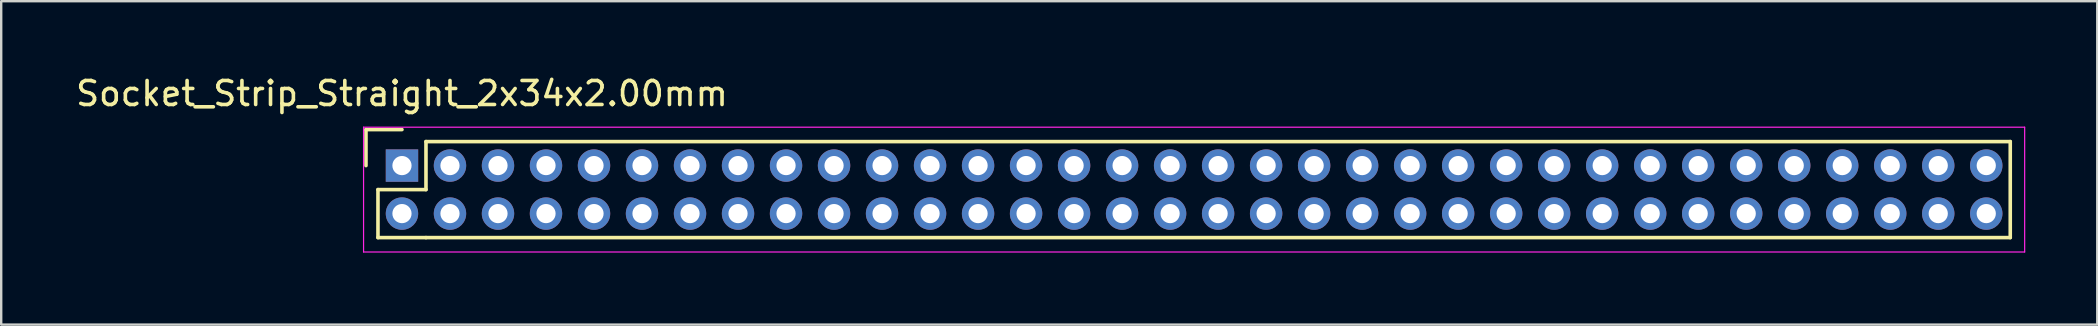
<source format=kicad_pcb>
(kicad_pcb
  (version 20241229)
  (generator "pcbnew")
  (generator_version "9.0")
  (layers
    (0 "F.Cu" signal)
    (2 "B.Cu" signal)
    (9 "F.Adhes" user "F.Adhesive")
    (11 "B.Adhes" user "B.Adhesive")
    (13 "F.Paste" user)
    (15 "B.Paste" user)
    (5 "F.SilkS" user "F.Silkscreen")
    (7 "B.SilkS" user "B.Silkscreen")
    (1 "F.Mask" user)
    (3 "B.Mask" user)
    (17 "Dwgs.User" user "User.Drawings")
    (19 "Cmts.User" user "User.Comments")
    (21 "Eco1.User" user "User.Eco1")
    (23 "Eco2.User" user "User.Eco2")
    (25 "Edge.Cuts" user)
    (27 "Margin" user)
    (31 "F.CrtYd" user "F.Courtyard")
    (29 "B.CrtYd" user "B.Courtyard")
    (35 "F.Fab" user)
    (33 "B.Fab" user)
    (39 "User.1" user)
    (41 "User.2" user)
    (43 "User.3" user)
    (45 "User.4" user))
  (footprint "Socket_Strip_Straight_2x34x2.00mm"
    (layer "F.Cu")
    (at 13.696 3.848)
    (property "Reference" "Socket_Strip_Straight_2x34x2.00mm" (at 0 -3 0) (layer "F.SilkS") (effects (font (size 1 1) (thickness 0.15))))
    (attr through_hole)
    (fp_line (start -1.5 -1.5) (end -1.5 0) (stroke (width 0.15) (type solid)) (layer "F.SilkS"))
    (fp_line (start -1 1) (end -1 3) (stroke (width 0.15) (type solid)) (layer "F.SilkS"))
    (fp_line (start -1 3) (end 1 3) (stroke (width 0.15) (type solid)) (layer "F.SilkS"))
    (fp_line (start 0 -1.5) (end -1.5 -1.5) (stroke (width 0.15) (type solid)) (layer "F.SilkS"))
    (fp_line (start 1 -1) (end 1 1) (stroke (width 0.15) (type solid)) (layer "F.SilkS"))
    (fp_line (start 1 1) (end -1 1) (stroke (width 0.15) (type solid)) (layer "F.SilkS"))
    (fp_line (start 1 3) (end 67 3) (stroke (width 0.15) (type solid)) (layer "F.SilkS"))
    (fp_line (start 67 -1) (end 1 -1) (stroke (width 0.15) (type solid)) (layer "F.SilkS"))
    (fp_line (start 67 3) (end 67 -1) (stroke (width 0.15) (type solid)) (layer "F.SilkS"))
    (fp_line (start -1.6 -1.6) (end -1.6 3.6) (stroke (width 0.05) (type solid)) (layer "F.CrtYd"))
    (fp_line (start -1.6 3.6) (end 67.6 3.6) (stroke (width 0.05) (type solid)) (layer "F.CrtYd"))
    (fp_line (start 67.6 -1.6) (end -1.6 -1.6) (stroke (width 0.05) (type solid)) (layer "F.CrtYd"))
    (fp_line (start 67.6 3.6) (end 67.6 -1.6) (stroke (width 0.05) (type solid)) (layer "F.CrtYd"))
    (pad "1" thru_hole rect (at 0 0) (size 1.35 1.35) (drill 0.8) (layers "*.Cu" "*.Mask"))
    (pad "2" thru_hole circle (at 0 2) (size 1.35 1.35) (drill 0.8) (layers "*.Cu" "*.Mask"))
    (pad "3" thru_hole circle (at 2 0) (size 1.35 1.35) (drill 0.8) (layers "*.Cu" "*.Mask"))
    (pad "4" thru_hole circle (at 2 2) (size 1.35 1.35) (drill 0.8) (layers "*.Cu" "*.Mask"))
    (pad "5" thru_hole circle (at 4 0) (size 1.35 1.35) (drill 0.8) (layers "*.Cu" "*.Mask"))
    (pad "6" thru_hole circle (at 4 2) (size 1.35 1.35) (drill 0.8) (layers "*.Cu" "*.Mask"))
    (pad "7" thru_hole circle (at 6 0) (size 1.35 1.35) (drill 0.8) (layers "*.Cu" "*.Mask"))
    (pad "8" thru_hole circle (at 6 2) (size 1.35 1.35) (drill 0.8) (layers "*.Cu" "*.Mask"))
    (pad "9" thru_hole circle (at 8 0) (size 1.35 1.35) (drill 0.8) (layers "*.Cu" "*.Mask"))
    (pad "10" thru_hole circle (at 8 2) (size 1.35 1.35) (drill 0.8) (layers "*.Cu" "*.Mask"))
    (pad "11" thru_hole circle (at 10 0) (size 1.35 1.35) (drill 0.8) (layers "*.Cu" "*.Mask"))
    (pad "12" thru_hole circle (at 10 2) (size 1.35 1.35) (drill 0.8) (layers "*.Cu" "*.Mask"))
    (pad "13" thru_hole circle (at 12 0) (size 1.35 1.35) (drill 0.8) (layers "*.Cu" "*.Mask"))
    (pad "14" thru_hole circle (at 12 2) (size 1.35 1.35) (drill 0.8) (layers "*.Cu" "*.Mask"))
    (pad "15" thru_hole circle (at 14 0) (size 1.35 1.35) (drill 0.8) (layers "*.Cu" "*.Mask"))
    (pad "16" thru_hole circle (at 14 2) (size 1.35 1.35) (drill 0.8) (layers "*.Cu" "*.Mask"))
    (pad "17" thru_hole circle (at 16 0) (size 1.35 1.35) (drill 0.8) (layers "*.Cu" "*.Mask"))
    (pad "18" thru_hole circle (at 16 2) (size 1.35 1.35) (drill 0.8) (layers "*.Cu" "*.Mask"))
    (pad "19" thru_hole circle (at 18 0) (size 1.35 1.35) (drill 0.8) (layers "*.Cu" "*.Mask"))
    (pad "20" thru_hole circle (at 18 2) (size 1.35 1.35) (drill 0.8) (layers "*.Cu" "*.Mask"))
    (pad "21" thru_hole circle (at 20 0) (size 1.35 1.35) (drill 0.8) (layers "*.Cu" "*.Mask"))
    (pad "22" thru_hole circle (at 20 2) (size 1.35 1.35) (drill 0.8) (layers "*.Cu" "*.Mask"))
    (pad "23" thru_hole circle (at 22 0) (size 1.35 1.35) (drill 0.8) (layers "*.Cu" "*.Mask"))
    (pad "24" thru_hole circle (at 22 2) (size 1.35 1.35) (drill 0.8) (layers "*.Cu" "*.Mask"))
    (pad "25" thru_hole circle (at 24 0) (size 1.35 1.35) (drill 0.8) (layers "*.Cu" "*.Mask"))
    (pad "26" thru_hole circle (at 24 2) (size 1.35 1.35) (drill 0.8) (layers "*.Cu" "*.Mask"))
    (pad "27" thru_hole circle (at 26 0) (size 1.35 1.35) (drill 0.8) (layers "*.Cu" "*.Mask"))
    (pad "28" thru_hole circle (at 26 2) (size 1.35 1.35) (drill 0.8) (layers "*.Cu" "*.Mask"))
    (pad "29" thru_hole circle (at 28 0) (size 1.35 1.35) (drill 0.8) (layers "*.Cu" "*.Mask"))
    (pad "30" thru_hole circle (at 28 2) (size 1.35 1.35) (drill 0.8) (layers "*.Cu" "*.Mask"))
    (pad "31" thru_hole circle (at 30 0) (size 1.35 1.35) (drill 0.8) (layers "*.Cu" "*.Mask"))
    (pad "32" thru_hole circle (at 30 2) (size 1.35 1.35) (drill 0.8) (layers "*.Cu" "*.Mask"))
    (pad "33" thru_hole circle (at 32 0) (size 1.35 1.35) (drill 0.8) (layers "*.Cu" "*.Mask"))
    (pad "34" thru_hole circle (at 32 2) (size 1.35 1.35) (drill 0.8) (layers "*.Cu" "*.Mask"))
    (pad "35" thru_hole circle (at 34 0) (size 1.35 1.35) (drill 0.8) (layers "*.Cu" "*.Mask"))
    (pad "36" thru_hole circle (at 34 2) (size 1.35 1.35) (drill 0.8) (layers "*.Cu" "*.Mask"))
    (pad "37" thru_hole circle (at 36 0) (size 1.35 1.35) (drill 0.8) (layers "*.Cu" "*.Mask"))
    (pad "38" thru_hole circle (at 36 2) (size 1.35 1.35) (drill 0.8) (layers "*.Cu" "*.Mask"))
    (pad "39" thru_hole circle (at 38 0) (size 1.35 1.35) (drill 0.8) (layers "*.Cu" "*.Mask"))
    (pad "40" thru_hole circle (at 38 2) (size 1.35 1.35) (drill 0.8) (layers "*.Cu" "*.Mask"))
    (pad "41" thru_hole circle (at 40 0) (size 1.35 1.35) (drill 0.8) (layers "*.Cu" "*.Mask"))
    (pad "42" thru_hole circle (at 40 2) (size 1.35 1.35) (drill 0.8) (layers "*.Cu" "*.Mask"))
    (pad "43" thru_hole circle (at 42 0) (size 1.35 1.35) (drill 0.8) (layers "*.Cu" "*.Mask"))
    (pad "44" thru_hole circle (at 42 2) (size 1.35 1.35) (drill 0.8) (layers "*.Cu" "*.Mask"))
    (pad "45" thru_hole circle (at 44 0) (size 1.35 1.35) (drill 0.8) (layers "*.Cu" "*.Mask"))
    (pad "46" thru_hole circle (at 44 2) (size 1.35 1.35) (drill 0.8) (layers "*.Cu" "*.Mask"))
    (pad "47" thru_hole circle (at 46 0) (size 1.35 1.35) (drill 0.8) (layers "*.Cu" "*.Mask"))
    (pad "48" thru_hole circle (at 46 2) (size 1.35 1.35) (drill 0.8) (layers "*.Cu" "*.Mask"))
    (pad "49" thru_hole circle (at 48 0) (size 1.35 1.35) (drill 0.8) (layers "*.Cu" "*.Mask"))
    (pad "50" thru_hole circle (at 48 2) (size 1.35 1.35) (drill 0.8) (layers "*.Cu" "*.Mask"))
    (pad "51" thru_hole circle (at 50 0) (size 1.35 1.35) (drill 0.8) (layers "*.Cu" "*.Mask"))
    (pad "52" thru_hole circle (at 50 2) (size 1.35 1.35) (drill 0.8) (layers "*.Cu" "*.Mask"))
    (pad "53" thru_hole circle (at 52 0) (size 1.35 1.35) (drill 0.8) (layers "*.Cu" "*.Mask"))
    (pad "54" thru_hole circle (at 52 2) (size 1.35 1.35) (drill 0.8) (layers "*.Cu" "*.Mask"))
    (pad "55" thru_hole circle (at 54 0) (size 1.35 1.35) (drill 0.8) (layers "*.Cu" "*.Mask"))
    (pad "56" thru_hole circle (at 54 2) (size 1.35 1.35) (drill 0.8) (layers "*.Cu" "*.Mask"))
    (pad "57" thru_hole circle (at 56 0) (size 1.35 1.35) (drill 0.8) (layers "*.Cu" "*.Mask"))
    (pad "58" thru_hole circle (at 56 2) (size 1.35 1.35) (drill 0.8) (layers "*.Cu" "*.Mask"))
    (pad "59" thru_hole circle (at 58 0) (size 1.35 1.35) (drill 0.8) (layers "*.Cu" "*.Mask"))
    (pad "60" thru_hole circle (at 58 2) (size 1.35 1.35) (drill 0.8) (layers "*.Cu" "*.Mask"))
    (pad "61" thru_hole circle (at 60 0) (size 1.35 1.35) (drill 0.8) (layers "*.Cu" "*.Mask"))
    (pad "62" thru_hole circle (at 60 2) (size 1.35 1.35) (drill 0.8) (layers "*.Cu" "*.Mask"))
    (pad "63" thru_hole circle (at 62 0) (size 1.35 1.35) (drill 0.8) (layers "*.Cu" "*.Mask"))
    (pad "64" thru_hole circle (at 62 2) (size 1.35 1.35) (drill 0.8) (layers "*.Cu" "*.Mask"))
    (pad "65" thru_hole circle (at 64 0) (size 1.35 1.35) (drill 0.8) (layers "*.Cu" "*.Mask"))
    (pad "66" thru_hole circle (at 64 2) (size 1.35 1.35) (drill 0.8) (layers "*.Cu" "*.Mask"))
    (pad "67" thru_hole circle (at 66 0) (size 1.35 1.35) (drill 0.8) (layers "*.Cu" "*.Mask"))
    (pad "68" thru_hole circle (at 66 2) (size 1.35 1.35) (drill 0.8) (layers "*.Cu" "*.Mask")))
  (gr_rect
    (start -3 -3)
    (end 84.321 10.473)
    (stroke (width 0.1) (type default))
    (fill no)
    (layer "Edge.Cuts")))
</source>
